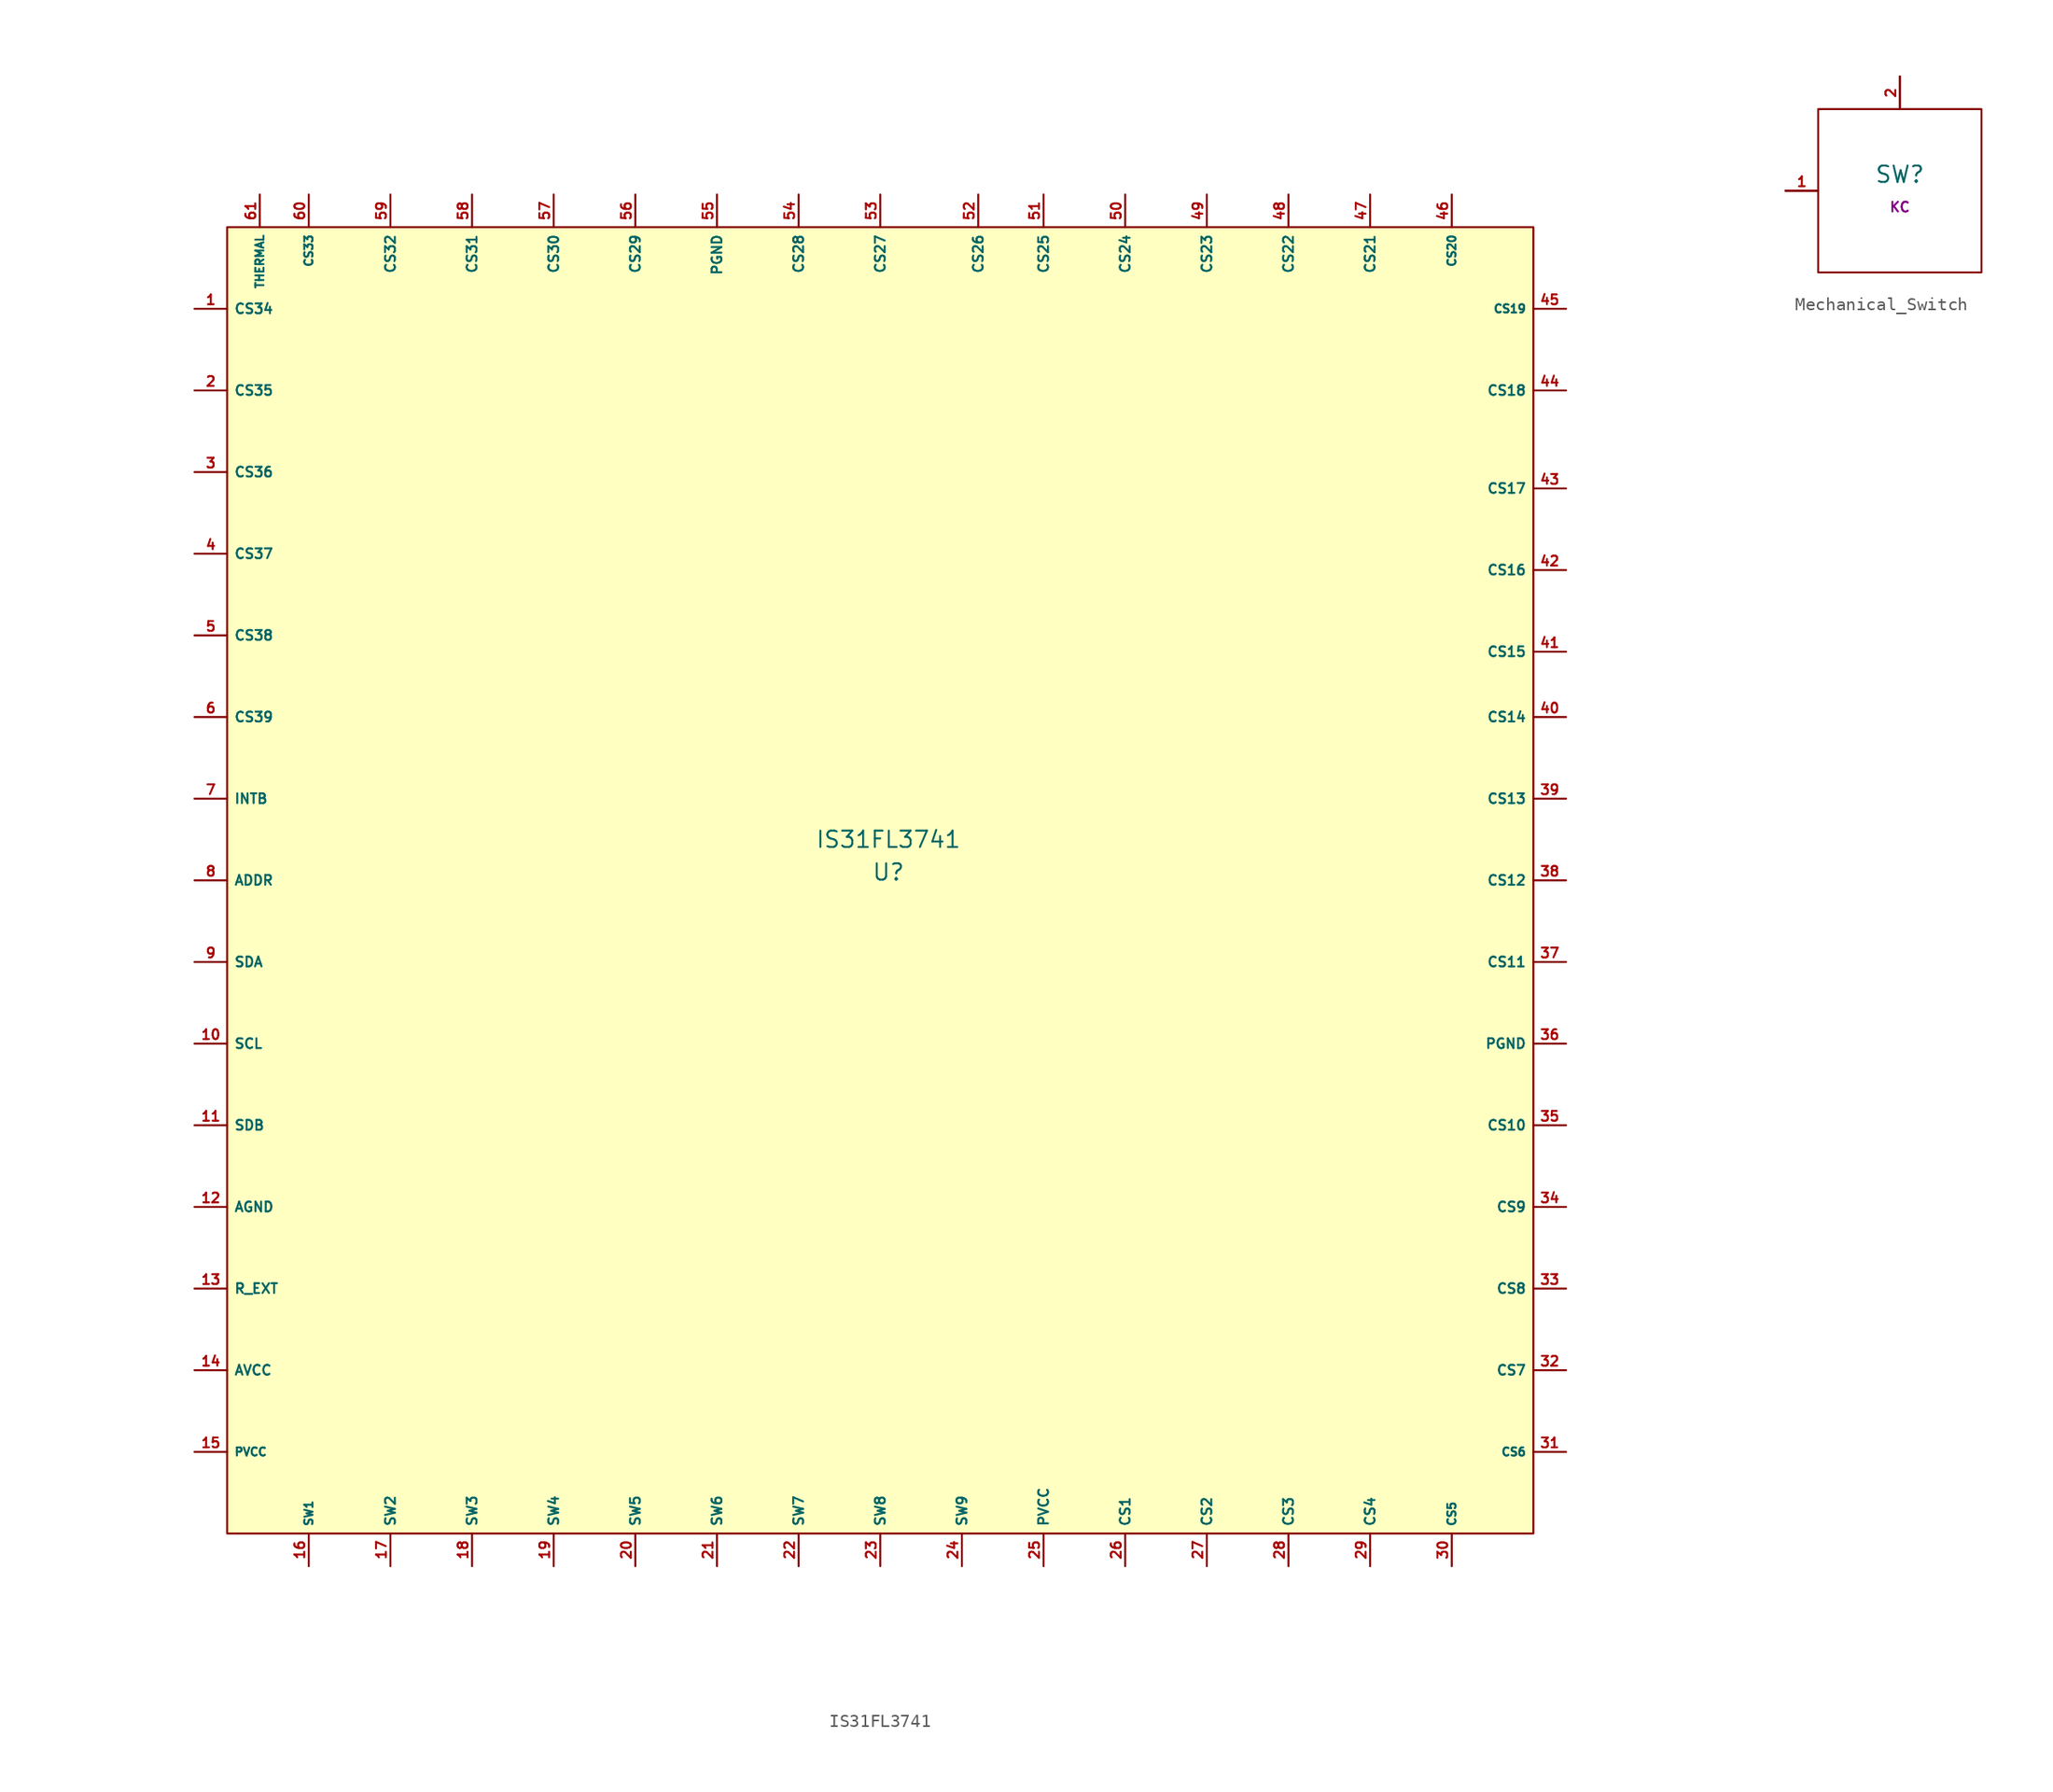
<source format=kicad_sym>
(kicad_symbol_lib
  (version 20201005)
  (generator kicad_symbol_editor)
  (symbol "acheronSymbols:IS31FL3741"
    (property "Reference" "U"
      (at 0.635 0.635 0)
      (effects (font (size 1.27 1.27))))
    (property "Value" "IS31FL3741"
      (at 0.635 3.175 0)
      (effects (font (size 1.27 1.27))))
    (symbol "IS31FL3741_0_1"
      (rectangle (start -50.8 50.8) (end 50.8 -50.8) (stroke (width 0.152)) (fill (type background))))
    (symbol "IS31FL3741_1_1"
      (pin input line (at -53.34 44.45 0) (length 2.54) (name "CS34" (effects (font (size 0.762 0.762)))) (number "1" (effects (font (size 0.762 0.762)))))
      (pin input line (at -53.34 -12.7 0) (length 2.54) (name "SCL" (effects (font (size 0.762 0.762)))) (number "10" (effects (font (size 0.762 0.762)))))
      (pin input line (at -53.34 -19.05 0) (length 2.54) (name "SDB" (effects (font (size 0.762 0.762)))) (number "11" (effects (font (size 0.762 0.762)))))
      (pin power_in line (at -53.34 -25.4 0) (length 2.54) (name "AGND" (effects (font (size 0.762 0.762)))) (number "12" (effects (font (size 0.762 0.762)))))
      (pin input line (at -53.34 -31.75 0) (length 2.54) (name "R_EXT" (effects (font (size 0.762 0.762)))) (number "13" (effects (font (size 0.762 0.762)))))
      (pin power_in line (at -53.34 -38.1 0) (length 2.54) (name "AVCC" (effects (font (size 0.762 0.762)))) (number "14" (effects (font (size 0.762 0.762)))))
      (pin power_in line (at -53.34 -44.45 0) (length 2.54) (name "PVCC" (effects (font (size 0.635 0.635)))) (number "15" (effects (font (size 0.762 0.762)))))
      (pin output line (at -44.45 -53.34 90) (length 2.54) (name "SW1" (effects (font (size 0.635 0.635)))) (number "16" (effects (font (size 0.762 0.762)))))
      (pin output line (at -38.1 -53.34 90) (length 2.54) (name "SW2" (effects (font (size 0.762 0.762)))) (number "17" (effects (font (size 0.762 0.762)))))
      (pin output line (at -31.75 -53.34 90) (length 2.54) (name "SW3" (effects (font (size 0.762 0.762)))) (number "18" (effects (font (size 0.762 0.762)))))
      (pin output line (at -25.4 -53.34 90) (length 2.54) (name "SW4" (effects (font (size 0.762 0.762)))) (number "19" (effects (font (size 0.762 0.762)))))
      (pin input line (at -53.34 38.1 0) (length 2.54) (name "CS35" (effects (font (size 0.762 0.762)))) (number "2" (effects (font (size 0.762 0.762)))))
      (pin output line (at -19.05 -53.34 90) (length 2.54) (name "SW5" (effects (font (size 0.762 0.762)))) (number "20" (effects (font (size 0.762 0.762)))))
      (pin output line (at -12.7 -53.34 90) (length 2.54) (name "SW6" (effects (font (size 0.762 0.762)))) (number "21" (effects (font (size 0.762 0.762)))))
      (pin output line (at -6.35 -53.34 90) (length 2.54) (name "SW7" (effects (font (size 0.762 0.762)))) (number "22" (effects (font (size 0.762 0.762)))))
      (pin output line (at 0 -53.34 90) (length 2.54) (name "SW8" (effects (font (size 0.762 0.762)))) (number "23" (effects (font (size 0.762 0.762)))))
      (pin output line (at 6.35 -53.34 90) (length 2.54) (name "SW9" (effects (font (size 0.762 0.762)))) (number "24" (effects (font (size 0.762 0.762)))))
      (pin power_in line (at 12.7 -53.34 90) (length 2.54) (name "PVCC" (effects (font (size 0.762 0.762)))) (number "25" (effects (font (size 0.762 0.762)))))
      (pin input line (at 19.05 -53.34 90) (length 2.54) (name "CS1" (effects (font (size 0.762 0.762)))) (number "26" (effects (font (size 0.762 0.762)))))
      (pin input line (at 25.4 -53.34 90) (length 2.54) (name "CS2" (effects (font (size 0.762 0.762)))) (number "27" (effects (font (size 0.762 0.762)))))
      (pin input line (at 31.75 -53.34 90) (length 2.54) (name "CS3" (effects (font (size 0.762 0.762)))) (number "28" (effects (font (size 0.762 0.762)))))
      (pin input line (at 38.1 -53.34 90) (length 2.54) (name "CS4" (effects (font (size 0.762 0.762)))) (number "29" (effects (font (size 0.762 0.762)))))
      (pin input line (at -53.34 31.75 0) (length 2.54) (name "CS36" (effects (font (size 0.762 0.762)))) (number "3" (effects (font (size 0.762 0.762)))))
      (pin input line (at 44.45 -53.34 90) (length 2.54) (name "CS5" (effects (font (size 0.635 0.635)))) (number "30" (effects (font (size 0.762 0.762)))))
      (pin input line (at 53.34 -44.45 180) (length 2.54) (name "CS6" (effects (font (size 0.635 0.635)))) (number "31" (effects (font (size 0.762 0.762)))))
      (pin input line (at 53.34 -38.1 180) (length 2.54) (name "CS7" (effects (font (size 0.762 0.762)))) (number "32" (effects (font (size 0.762 0.762)))))
      (pin input line (at 53.34 -31.75 180) (length 2.54) (name "CS8" (effects (font (size 0.762 0.762)))) (number "33" (effects (font (size 0.762 0.762)))))
      (pin input line (at 53.34 -25.4 180) (length 2.54) (name "CS9" (effects (font (size 0.762 0.762)))) (number "34" (effects (font (size 0.762 0.762)))))
      (pin input line (at 53.34 -19.05 180) (length 2.54) (name "CS10" (effects (font (size 0.762 0.762)))) (number "35" (effects (font (size 0.762 0.762)))))
      (pin power_in line (at 53.34 -12.7 180) (length 2.54) (name "PGND" (effects (font (size 0.762 0.762)))) (number "36" (effects (font (size 0.762 0.762)))))
      (pin input line (at 53.34 -6.35 180) (length 2.54) (name "CS11" (effects (font (size 0.762 0.762)))) (number "37" (effects (font (size 0.762 0.762)))))
      (pin input line (at 53.34 0 180) (length 2.54) (name "CS12" (effects (font (size 0.762 0.762)))) (number "38" (effects (font (size 0.762 0.762)))))
      (pin input line (at 53.34 6.35 180) (length 2.54) (name "CS13" (effects (font (size 0.762 0.762)))) (number "39" (effects (font (size 0.762 0.762)))))
      (pin input line (at -53.34 25.4 0) (length 2.54) (name "CS37" (effects (font (size 0.762 0.762)))) (number "4" (effects (font (size 0.762 0.762)))))
      (pin input line (at 53.34 12.7 180) (length 2.54) (name "CS14" (effects (font (size 0.762 0.762)))) (number "40" (effects (font (size 0.762 0.762)))))
      (pin input line (at 53.34 17.78 180) (length 2.54) (name "CS15" (effects (font (size 0.762 0.762)))) (number "41" (effects (font (size 0.762 0.762)))))
      (pin input line (at 53.34 24.13 180) (length 2.54) (name "CS16" (effects (font (size 0.762 0.762)))) (number "42" (effects (font (size 0.762 0.762)))))
      (pin input line (at 53.34 30.48 180) (length 2.54) (name "CS17" (effects (font (size 0.762 0.762)))) (number "43" (effects (font (size 0.762 0.762)))))
      (pin input line (at 53.34 38.1 180) (length 2.54) (name "CS18" (effects (font (size 0.762 0.762)))) (number "44" (effects (font (size 0.762 0.762)))))
      (pin input line (at 53.34 44.45 180) (length 2.54) (name "CS19" (effects (font (size 0.635 0.635)))) (number "45" (effects (font (size 0.762 0.762)))))
      (pin input line (at 44.45 53.34 270) (length 2.54) (name "CS20" (effects (font (size 0.635 0.635)))) (number "46" (effects (font (size 0.762 0.762)))))
      (pin input line (at 38.1 53.34 270) (length 2.54) (name "CS21" (effects (font (size 0.762 0.762)))) (number "47" (effects (font (size 0.762 0.762)))))
      (pin input line (at 31.75 53.34 270) (length 2.54) (name "CS22" (effects (font (size 0.762 0.762)))) (number "48" (effects (font (size 0.762 0.762)))))
      (pin input line (at 25.4 53.34 270) (length 2.54) (name "CS23" (effects (font (size 0.762 0.762)))) (number "49" (effects (font (size 0.762 0.762)))))
      (pin input line (at -53.34 19.05 0) (length 2.54) (name "CS38" (effects (font (size 0.762 0.762)))) (number "5" (effects (font (size 0.762 0.762)))))
      (pin input line (at 19.05 53.34 270) (length 2.54) (name "CS24" (effects (font (size 0.762 0.762)))) (number "50" (effects (font (size 0.762 0.762)))))
      (pin input line (at 12.7 53.34 270) (length 2.54) (name "CS25" (effects (font (size 0.762 0.762)))) (number "51" (effects (font (size 0.762 0.762)))))
      (pin input line (at 7.62 53.34 270) (length 2.54) (name "CS26" (effects (font (size 0.762 0.762)))) (number "52" (effects (font (size 0.762 0.762)))))
      (pin input line (at 0 53.34 270) (length 2.54) (name "CS27" (effects (font (size 0.762 0.762)))) (number "53" (effects (font (size 0.762 0.762)))))
      (pin input line (at -6.35 53.34 270) (length 2.54) (name "CS28" (effects (font (size 0.762 0.762)))) (number "54" (effects (font (size 0.762 0.762)))))
      (pin power_in line (at -12.7 53.34 270) (length 2.54) (name "PGND" (effects (font (size 0.762 0.762)))) (number "55" (effects (font (size 0.762 0.762)))))
      (pin input line (at -19.05 53.34 270) (length 2.54) (name "CS29" (effects (font (size 0.762 0.762)))) (number "56" (effects (font (size 0.762 0.762)))))
      (pin input line (at -25.4 53.34 270) (length 2.54) (name "CS30" (effects (font (size 0.762 0.762)))) (number "57" (effects (font (size 0.762 0.762)))))
      (pin input line (at -31.75 53.34 270) (length 2.54) (name "CS31" (effects (font (size 0.762 0.762)))) (number "58" (effects (font (size 0.762 0.762)))))
      (pin input line (at -38.1 53.34 270) (length 2.54) (name "CS32" (effects (font (size 0.762 0.762)))) (number "59" (effects (font (size 0.762 0.762)))))
      (pin input line (at -53.34 12.7 0) (length 2.54) (name "CS39" (effects (font (size 0.762 0.762)))) (number "6" (effects (font (size 0.762 0.762)))))
      (pin input line (at -44.45 53.34 270) (length 2.54) (name "CS33" (effects (font (size 0.635 0.635)))) (number "60" (effects (font (size 0.762 0.762)))))
      (pin input line (at -48.26 53.34 270) (length 2.54) (name "THERMAL" (effects (font (size 0.635 0.635)))) (number "61" (effects (font (size 0.762 0.762)))))
      (pin input line (at -53.34 6.35 0) (length 2.54) (name "INTB" (effects (font (size 0.762 0.762)))) (number "7" (effects (font (size 0.762 0.762)))))
      (pin input line (at -53.34 0 0) (length 2.54) (name "ADDR" (effects (font (size 0.762 0.762)))) (number "8" (effects (font (size 0.762 0.762)))))
      (pin bidirectional line (at -53.34 -6.35 0) (length 2.54) (name "SDA" (effects (font (size 0.762 0.762)))) (number "9" (effects (font (size 0.762 0.762)))))))
  (symbol "acheronSymbols:Mechanical_Switch"
    (pin_names
      (offset 1.016))
    (property "Reference" "SW"
      (at 0 1.27 0)
      (effects (font (size 1.27 1.27))))
    (property "Keycode" "KC"
      (at 0 -1.27 0)
      (effects (font (size 0.762 0.762))))
    (symbol "Mechanical_Switch_0_1"
      (rectangle (start -6.35 6.35) (end 6.35 -6.35) (stroke (width 0)) (fill (type none)))
      (polyline (pts (xy -6.35 0) (xy -8.89 0)) (stroke (width 0)) (fill (type none)))
      (polyline (pts (xy 0 6.35) (xy 0 8.89)) (stroke (width 0)) (fill (type none))))
    (symbol "Mechanical_Switch_1_1"
      (pin bidirectional line (at -8.89 0 0) (length 2.54) (name "1" (effects (font (size 0 0)))) (number "1" (effects (font (size 0.762 0.762)))))
      (pin bidirectional line (at 0 8.89 270) (length 2.54) (name "2" (effects (font (size 0 0)))) (number "2" (effects (font (size 0.762 0.762))))))))
</source>
